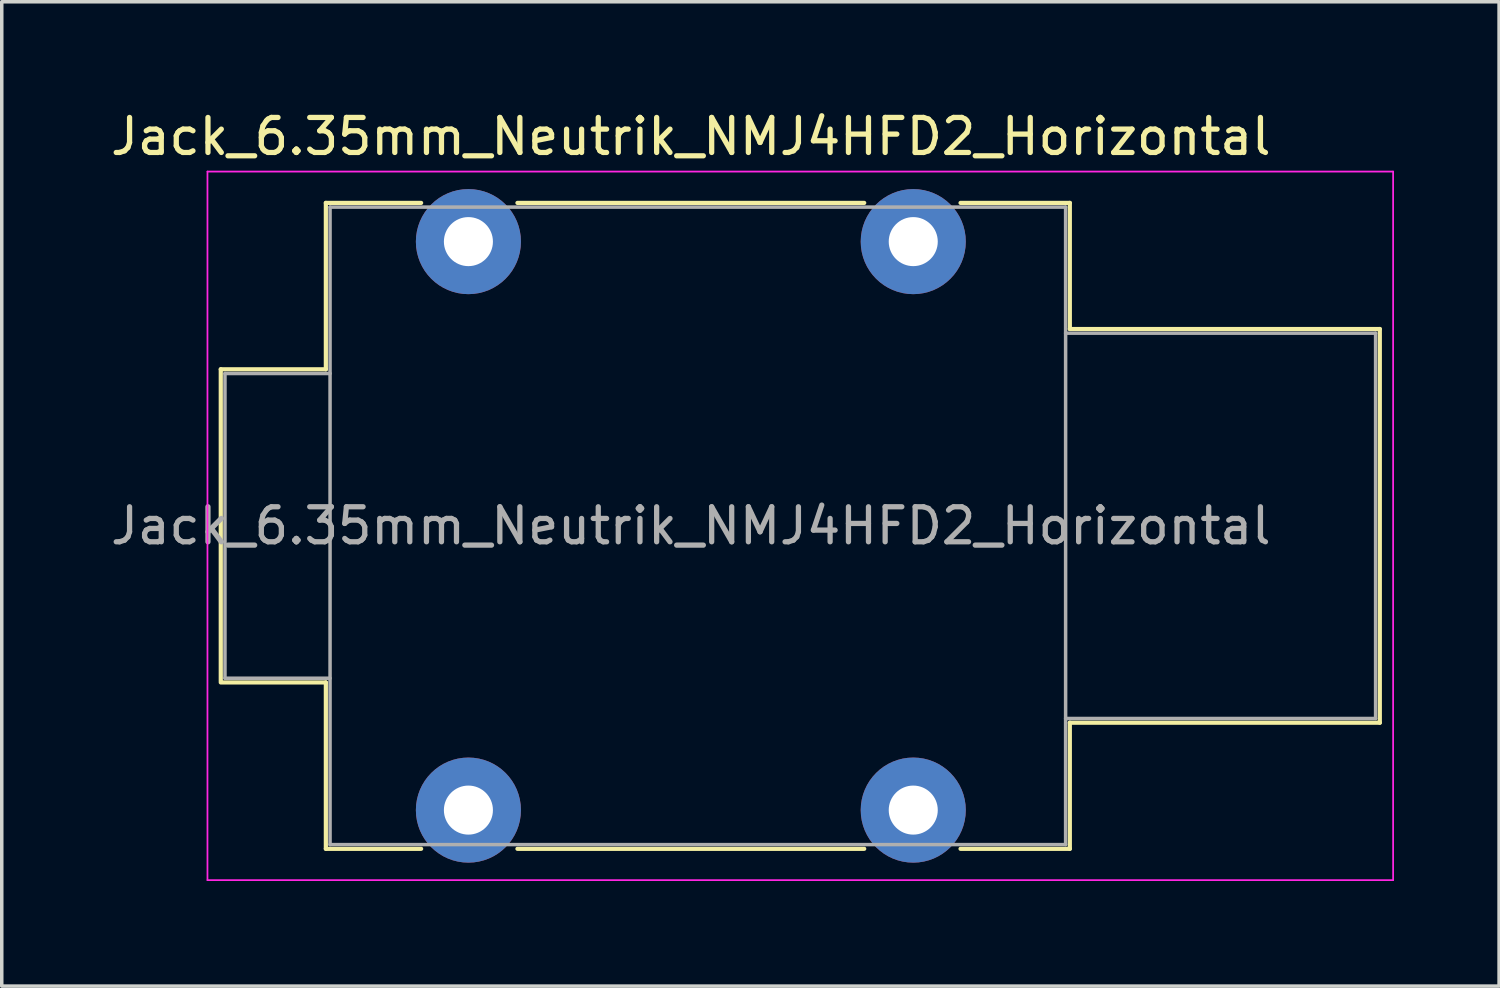
<source format=kicad_pcb>
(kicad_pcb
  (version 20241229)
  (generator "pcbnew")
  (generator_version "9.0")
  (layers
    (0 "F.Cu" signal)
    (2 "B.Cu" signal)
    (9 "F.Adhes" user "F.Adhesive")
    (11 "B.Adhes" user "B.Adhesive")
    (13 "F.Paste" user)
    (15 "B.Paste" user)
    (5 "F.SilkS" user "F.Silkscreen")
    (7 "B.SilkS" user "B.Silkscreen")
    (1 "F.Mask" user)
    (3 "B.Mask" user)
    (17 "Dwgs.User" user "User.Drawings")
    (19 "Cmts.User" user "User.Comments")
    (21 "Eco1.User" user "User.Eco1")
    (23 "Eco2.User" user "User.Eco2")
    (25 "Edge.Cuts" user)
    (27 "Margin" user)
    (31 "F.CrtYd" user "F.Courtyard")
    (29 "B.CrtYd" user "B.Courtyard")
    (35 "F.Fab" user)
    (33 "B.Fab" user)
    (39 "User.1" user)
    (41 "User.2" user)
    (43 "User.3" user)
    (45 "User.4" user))
  (footprint "Jack_6.35mm_Neutrik_NMJ4HFD2_Horizontal"
    (layer "F.Cu")
    (at 10.323 3.848)
    (property "Reference" "Jack_6.35mm_Neutrik_NMJ4HFD2_Horizontal" (at 6.35 -3 0) (layer "F.SilkS") (effects (font (size 1 1) (thickness 0.15))))
    (attr through_hole)
    (fp_line (start -7.07 3.645) (end -4.07 3.645) (stroke (width 0.12) (type solid)) (layer "F.SilkS"))
    (fp_line (start -7.07 12.545) (end -7.07 3.645) (stroke (width 0.12) (type solid)) (layer "F.SilkS"))
    (fp_line (start -7.07 12.585) (end -4.07 12.585) (stroke (width 0.12) (type solid)) (layer "F.SilkS"))
    (fp_line (start -4.07 -1.105) (end -1.35 -1.105) (stroke (width 0.12) (type solid)) (layer "F.SilkS"))
    (fp_line (start -4.07 3.645) (end -4.07 -1.105) (stroke (width 0.12) (type solid)) (layer "F.SilkS"))
    (fp_line (start -4.07 17.335) (end -4.07 12.585) (stroke (width 0.12) (type solid)) (layer "F.SilkS"))
    (fp_line (start -1.35 17.335) (end -4.07 17.335) (stroke (width 0.12) (type solid)) (layer "F.SilkS"))
    (fp_line (start 1.4 -1.105) (end 11.3 -1.105) (stroke (width 0.12) (type solid)) (layer "F.SilkS"))
    (fp_line (start 11.3 17.335) (end 1.4 17.335) (stroke (width 0.12) (type solid)) (layer "F.SilkS"))
    (fp_line (start 17.17 -1.105) (end 14.05 -1.105) (stroke (width 0.12) (type solid)) (layer "F.SilkS"))
    (fp_line (start 17.17 2.495) (end 17.17 -1.105) (stroke (width 0.12) (type solid)) (layer "F.SilkS"))
    (fp_line (start 17.17 2.495) (end 26.02 2.495) (stroke (width 0.12) (type solid)) (layer "F.SilkS"))
    (fp_line (start 17.17 13.735) (end 26.02 13.735) (stroke (width 0.12) (type solid)) (layer "F.SilkS"))
    (fp_line (start 17.17 17.335) (end 14.05 17.335) (stroke (width 0.12) (type solid)) (layer "F.SilkS"))
    (fp_line (start 17.17 17.335) (end 17.17 13.735) (stroke (width 0.12) (type solid)) (layer "F.SilkS"))
    (fp_line (start 26.02 13.735) (end 26.02 2.495) (stroke (width 0.12) (type solid)) (layer "F.SilkS"))
    (fp_line (start -7.45 18.23) (end -7.45 -2) (stroke (width 0.05) (type solid)) (layer "F.CrtYd"))
    (fp_line (start -7.45 18.23) (end 26.4 18.23) (stroke (width 0.05) (type solid)) (layer "F.CrtYd"))
    (fp_line (start 26.4 -2) (end -7.45 -2) (stroke (width 0.05) (type solid)) (layer "F.CrtYd"))
    (fp_line (start 26.4 18.23) (end 26.4 -2) (stroke (width 0.05) (type solid)) (layer "F.CrtYd"))
    (fp_line (start -6.95 3.765) (end -3.95 3.765) (stroke (width 0.1) (type solid)) (layer "F.Fab"))
    (fp_line (start -6.95 12.465) (end -6.95 3.765) (stroke (width 0.1) (type solid)) (layer "F.Fab"))
    (fp_line (start -6.95 12.465) (end -3.95 12.465) (stroke (width 0.1) (type solid)) (layer "F.Fab"))
    (fp_line (start -3.95 17.215) (end -3.95 -0.985) (stroke (width 0.1) (type solid)) (layer "F.Fab"))
    (fp_line (start 17.05 -0.985) (end -3.95 -0.985) (stroke (width 0.1) (type solid)) (layer "F.Fab"))
    (fp_line (start 17.05 17.215) (end -3.95 17.215) (stroke (width 0.1) (type solid)) (layer "F.Fab"))
    (fp_line (start 17.05 17.215) (end 17.05 -0.985) (stroke (width 0.1) (type solid)) (layer "F.Fab"))
    (fp_line (start 25.9 2.615) (end 17.05 2.615) (stroke (width 0.1) (type solid)) (layer "F.Fab"))
    (fp_line (start 25.9 13.615) (end 17.05 13.615) (stroke (width 0.1) (type solid)) (layer "F.Fab"))
    (fp_line (start 25.9 13.615) (end 25.9 2.615) (stroke (width 0.1) (type solid)) (layer "F.Fab"))
    (fp_text user "${REFERENCE}" (at 6.35 8.115 0) (layer "F.Fab") (effects (font (size 1 1) (thickness 0.15))))
    (pad "S" thru_hole circle (at 12.7 0) (size 3 3) (drill 1.4) (layers "*.Cu" "*.Mask"))
    (pad "SN" thru_hole circle (at 12.7 16.23) (size 3 3) (drill 1.4) (layers "*.Cu" "*.Mask"))
    (pad "T" thru_hole circle (at 0 0) (size 3 3) (drill 1.4) (layers "*.Cu" "*.Mask"))
    (pad "TN" thru_hole circle (at 0 16.23) (size 3 3) (drill 1.4) (layers "*.Cu" "*.Mask")))
  (gr_rect
    (start -3 -3)
    (end 39.748 25.103)
    (stroke (width 0.1) (type default))
    (fill no)
    (layer "Edge.Cuts")))
</source>
